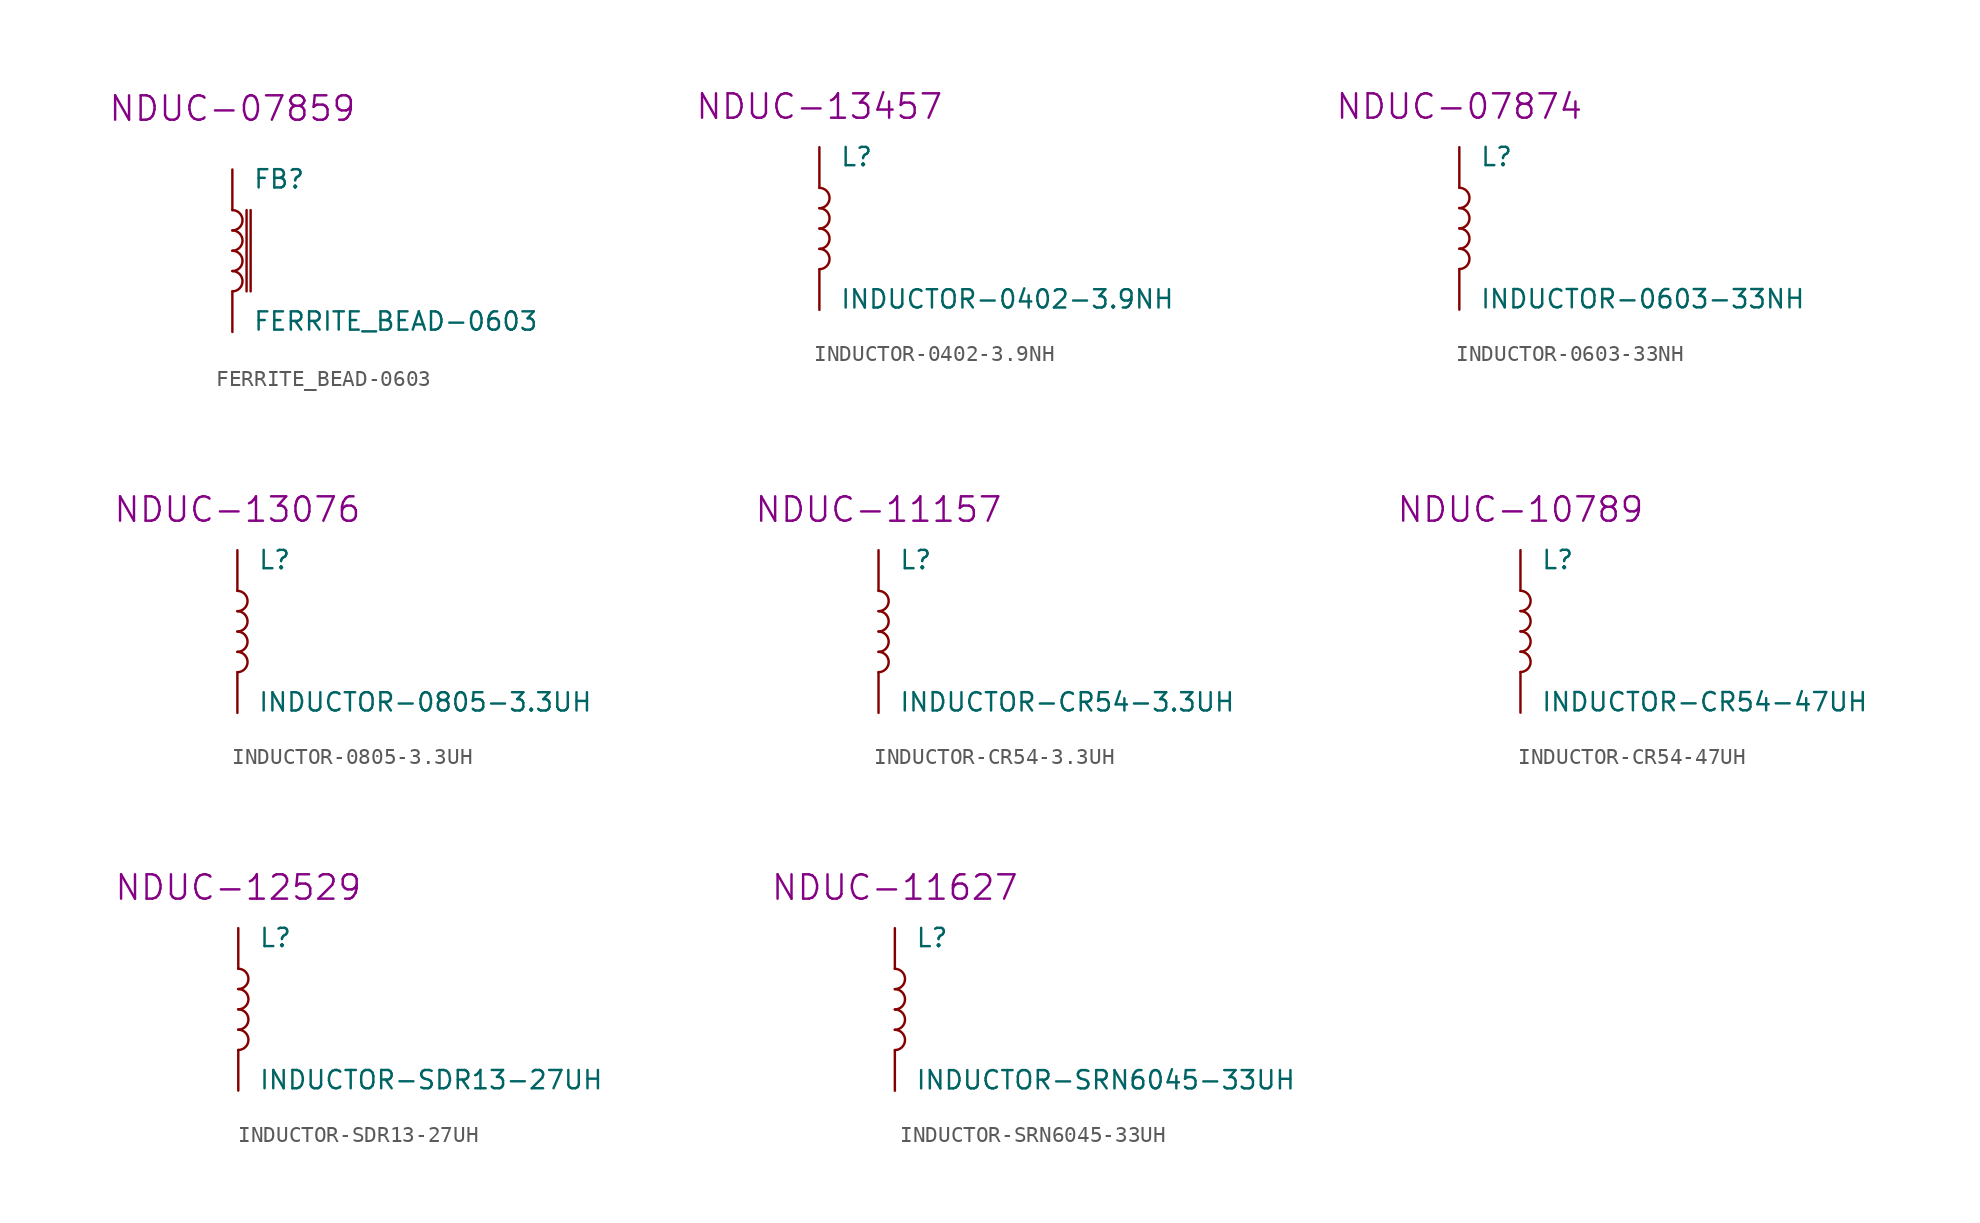
<source format=kicad_sym>
(kicad_symbol_lib
  (version 20201005)
  (generator kicad_symbol_editor)
  (symbol "FERRITE_BEAD-0603"
    (pin_numbers hide)
    (pin_names
      (offset 1.016) hide)
    (property "Reference" "FB"
      (at 1.27 3.81 0)
      (effects (font (size 1.143 1.143)) (justify left bottom)))
    (property "Value" "FERRITE_BEAD-0603"
      (at 1.27 -5.08 0)
      (effects (font (size 1.143 1.143)) (justify left bottom)))
    (property "Field4" "NDUC-07859"
      (at 0 8.89 0)
      (effects (font (size 1.524 1.524))))
    (property "ki_locked" ""
      (at 0 0 0)
      (effects (font (size 1.27 1.27))))
    (symbol "FERRITE_BEAD-0603_1_0"
      (polyline (pts (xy 0.889 2.54) (xy 0.889 -2.54)) (stroke (width 0)) (fill (type none)))
      (polyline (pts (xy 1.143 2.54) (xy 1.143 -2.54)) (stroke (width 0)) (fill (type none))))
    (symbol "FERRITE_BEAD-0603_1_1"
      (arc (start 0 -2.54) (end 0 -1.27) (radius (at 0 -1.905) (length 0.635) (angles -89.9 89.9)) (stroke (width 0)) (fill (type none)))
      (arc (start 0 -1.27) (end 0 0) (radius (at 0 -0.635) (length 0.635) (angles -89.9 89.9)) (stroke (width 0)) (fill (type none)))
      (arc (start 0 0) (end 0 1.27) (radius (at 0 0.635) (length 0.635) (angles -89.9 89.9)) (stroke (width 0)) (fill (type none)))
      (arc (start 0 1.27) (end 0 2.54) (radius (at 0 1.905) (length 0.635) (angles -89.9 89.9)) (stroke (width 0)) (fill (type none)))
      (pin passive line (at 0 5.08 270) (length 2.54) (name "1" (effects (font (size 1.016 1.016)))) (number "1" (effects (font (size 1.016 1.016)))))
      (pin passive line (at 0 -5.08 90) (length 2.54) (name "2" (effects (font (size 1.016 1.016)))) (number "2" (effects (font (size 1.016 1.016)))))))
  (symbol "INDUCTOR-0402-3.9NH"
    (pin_numbers hide)
    (pin_names
      (offset 1.016) hide)
    (property "Reference" "L"
      (at 1.27 3.81 0)
      (effects (font (size 1.143 1.143)) (justify left bottom)))
    (property "Value" "INDUCTOR-0402-3.9NH"
      (at 1.27 -5.08 0)
      (effects (font (size 1.143 1.143)) (justify left bottom)))
    (property "Field4" "NDUC-13457"
      (at 0 7.62 0)
      (effects (font (size 1.524 1.524))))
    (property "ki_locked" ""
      (at 0 0 0)
      (effects (font (size 1.27 1.27))))
    (symbol "INDUCTOR-0402-3.9NH_1_1"
      (arc (start 0 -2.54) (end 0 -1.27) (radius (at 0 -1.905) (length 0.635) (angles -89.9 89.9)) (stroke (width 0)) (fill (type none)))
      (arc (start 0 -1.27) (end 0 0) (radius (at 0 -0.635) (length 0.635) (angles -89.9 89.9)) (stroke (width 0)) (fill (type none)))
      (arc (start 0 0) (end 0 1.27) (radius (at 0 0.635) (length 0.635) (angles -89.9 89.9)) (stroke (width 0)) (fill (type none)))
      (arc (start 0 1.27) (end 0 2.54) (radius (at 0 1.905) (length 0.635) (angles -89.9 89.9)) (stroke (width 0)) (fill (type none)))
      (pin passive line (at 0 5.08 270) (length 2.54) (name "1" (effects (font (size 1.016 1.016)))) (number "1" (effects (font (size 1.016 1.016)))))
      (pin passive line (at 0 -5.08 90) (length 2.54) (name "2" (effects (font (size 1.016 1.016)))) (number "2" (effects (font (size 1.016 1.016)))))))
  (symbol "INDUCTOR-0603-33NH"
    (pin_numbers hide)
    (pin_names
      (offset 1.016) hide)
    (property "Reference" "L"
      (at 1.27 3.81 0)
      (effects (font (size 1.143 1.143)) (justify left bottom)))
    (property "Value" "INDUCTOR-0603-33NH"
      (at 1.27 -5.08 0)
      (effects (font (size 1.143 1.143)) (justify left bottom)))
    (property "Field4" "NDUC-07874"
      (at 0 7.62 0)
      (effects (font (size 1.524 1.524))))
    (property "ki_locked" ""
      (at 0 0 0)
      (effects (font (size 1.27 1.27))))
    (symbol "INDUCTOR-0603-33NH_1_1"
      (arc (start 0 -2.54) (end 0 -1.27) (radius (at 0 -1.905) (length 0.635) (angles -89.9 89.9)) (stroke (width 0)) (fill (type none)))
      (arc (start 0 -1.27) (end 0 0) (radius (at 0 -0.635) (length 0.635) (angles -89.9 89.9)) (stroke (width 0)) (fill (type none)))
      (arc (start 0 0) (end 0 1.27) (radius (at 0 0.635) (length 0.635) (angles -89.9 89.9)) (stroke (width 0)) (fill (type none)))
      (arc (start 0 1.27) (end 0 2.54) (radius (at 0 1.905) (length 0.635) (angles -89.9 89.9)) (stroke (width 0)) (fill (type none)))
      (pin passive line (at 0 5.08 270) (length 2.54) (name "1" (effects (font (size 1.016 1.016)))) (number "1" (effects (font (size 1.016 1.016)))))
      (pin passive line (at 0 -5.08 90) (length 2.54) (name "2" (effects (font (size 1.016 1.016)))) (number "2" (effects (font (size 1.016 1.016)))))))
  (symbol "INDUCTOR-0805-3.3UH"
    (pin_numbers hide)
    (pin_names
      (offset 1.016) hide)
    (property "Reference" "L"
      (at 1.27 3.81 0)
      (effects (font (size 1.143 1.143)) (justify left bottom)))
    (property "Value" "INDUCTOR-0805-3.3UH"
      (at 1.27 -5.08 0)
      (effects (font (size 1.143 1.143)) (justify left bottom)))
    (property "Field4" "NDUC-13076"
      (at 0 7.62 0)
      (effects (font (size 1.524 1.524))))
    (property "ki_locked" ""
      (at 0 0 0)
      (effects (font (size 1.27 1.27))))
    (symbol "INDUCTOR-0805-3.3UH_1_1"
      (arc (start 0 -2.54) (end 0 -1.27) (radius (at 0 -1.905) (length 0.635) (angles -89.9 89.9)) (stroke (width 0)) (fill (type none)))
      (arc (start 0 -1.27) (end 0 0) (radius (at 0 -0.635) (length 0.635) (angles -89.9 89.9)) (stroke (width 0)) (fill (type none)))
      (arc (start 0 0) (end 0 1.27) (radius (at 0 0.635) (length 0.635) (angles -89.9 89.9)) (stroke (width 0)) (fill (type none)))
      (arc (start 0 1.27) (end 0 2.54) (radius (at 0 1.905) (length 0.635) (angles -89.9 89.9)) (stroke (width 0)) (fill (type none)))
      (pin passive line (at 0 5.08 270) (length 2.54) (name "1" (effects (font (size 1.016 1.016)))) (number "1" (effects (font (size 1.016 1.016)))))
      (pin passive line (at 0 -5.08 90) (length 2.54) (name "2" (effects (font (size 1.016 1.016)))) (number "2" (effects (font (size 1.016 1.016)))))))
  (symbol "INDUCTOR-CR54-3.3UH"
    (pin_numbers hide)
    (pin_names
      (offset 1.016) hide)
    (property "Reference" "L"
      (at 1.27 3.81 0)
      (effects (font (size 1.143 1.143)) (justify left bottom)))
    (property "Value" "INDUCTOR-CR54-3.3UH"
      (at 1.27 -5.08 0)
      (effects (font (size 1.143 1.143)) (justify left bottom)))
    (property "Field4" "NDUC-11157"
      (at 0 7.62 0)
      (effects (font (size 1.524 1.524))))
    (property "ki_locked" ""
      (at 0 0 0)
      (effects (font (size 1.27 1.27))))
    (symbol "INDUCTOR-CR54-3.3UH_1_1"
      (arc (start 0 -2.54) (end 0 -1.27) (radius (at 0 -1.905) (length 0.635) (angles -89.9 89.9)) (stroke (width 0)) (fill (type none)))
      (arc (start 0 -1.27) (end 0 0) (radius (at 0 -0.635) (length 0.635) (angles -89.9 89.9)) (stroke (width 0)) (fill (type none)))
      (arc (start 0 0) (end 0 1.27) (radius (at 0 0.635) (length 0.635) (angles -89.9 89.9)) (stroke (width 0)) (fill (type none)))
      (arc (start 0 1.27) (end 0 2.54) (radius (at 0 1.905) (length 0.635) (angles -89.9 89.9)) (stroke (width 0)) (fill (type none)))
      (pin passive line (at 0 5.08 270) (length 2.54) (name "1" (effects (font (size 1.016 1.016)))) (number "P$1" (effects (font (size 1.016 1.016)))))
      (pin passive line (at 0 -5.08 90) (length 2.54) (name "2" (effects (font (size 1.016 1.016)))) (number "P$2" (effects (font (size 1.016 1.016)))))))
  (symbol "INDUCTOR-CR54-47UH"
    (pin_numbers hide)
    (pin_names
      (offset 1.016) hide)
    (property "Reference" "L"
      (at 1.27 3.81 0)
      (effects (font (size 1.143 1.143)) (justify left bottom)))
    (property "Value" "INDUCTOR-CR54-47UH"
      (at 1.27 -5.08 0)
      (effects (font (size 1.143 1.143)) (justify left bottom)))
    (property "Field4" "NDUC-10789"
      (at 0 7.62 0)
      (effects (font (size 1.524 1.524))))
    (property "ki_locked" ""
      (at 0 0 0)
      (effects (font (size 1.27 1.27))))
    (symbol "INDUCTOR-CR54-47UH_1_1"
      (arc (start 0 -2.54) (end 0 -1.27) (radius (at 0 -1.905) (length 0.635) (angles -89.9 89.9)) (stroke (width 0)) (fill (type none)))
      (arc (start 0 -1.27) (end 0 0) (radius (at 0 -0.635) (length 0.635) (angles -89.9 89.9)) (stroke (width 0)) (fill (type none)))
      (arc (start 0 0) (end 0 1.27) (radius (at 0 0.635) (length 0.635) (angles -89.9 89.9)) (stroke (width 0)) (fill (type none)))
      (arc (start 0 1.27) (end 0 2.54) (radius (at 0 1.905) (length 0.635) (angles -89.9 89.9)) (stroke (width 0)) (fill (type none)))
      (pin passive line (at 0 5.08 270) (length 2.54) (name "1" (effects (font (size 1.016 1.016)))) (number "P$1" (effects (font (size 1.016 1.016)))))
      (pin passive line (at 0 -5.08 90) (length 2.54) (name "2" (effects (font (size 1.016 1.016)))) (number "P$2" (effects (font (size 1.016 1.016)))))))
  (symbol "INDUCTOR-SDR13-27UH"
    (pin_numbers hide)
    (pin_names
      (offset 1.016) hide)
    (property "Reference" "L"
      (at 1.27 3.81 0)
      (effects (font (size 1.143 1.143)) (justify left bottom)))
    (property "Value" "INDUCTOR-SDR13-27UH"
      (at 1.27 -5.08 0)
      (effects (font (size 1.143 1.143)) (justify left bottom)))
    (property "Field4" "NDUC-12529"
      (at 0 7.62 0)
      (effects (font (size 1.524 1.524))))
    (property "ki_locked" ""
      (at 0 0 0)
      (effects (font (size 1.27 1.27))))
    (symbol "INDUCTOR-SDR13-27UH_1_1"
      (arc (start 0 -2.54) (end 0 -1.27) (radius (at 0 -1.905) (length 0.635) (angles -89.9 89.9)) (stroke (width 0)) (fill (type none)))
      (arc (start 0 -1.27) (end 0 0) (radius (at 0 -0.635) (length 0.635) (angles -89.9 89.9)) (stroke (width 0)) (fill (type none)))
      (arc (start 0 0) (end 0 1.27) (radius (at 0 0.635) (length 0.635) (angles -89.9 89.9)) (stroke (width 0)) (fill (type none)))
      (arc (start 0 1.27) (end 0 2.54) (radius (at 0 1.905) (length 0.635) (angles -89.9 89.9)) (stroke (width 0)) (fill (type none)))
      (pin passive line (at 0 5.08 270) (length 2.54) (name "1" (effects (font (size 1.016 1.016)))) (number "P$1" (effects (font (size 1.016 1.016)))))
      (pin passive line (at 0 -5.08 90) (length 2.54) (name "2" (effects (font (size 1.016 1.016)))) (number "P$2" (effects (font (size 1.016 1.016)))))))
  (symbol "INDUCTOR-SRN6045-33UH"
    (pin_numbers hide)
    (pin_names
      (offset 1.016) hide)
    (property "Reference" "L"
      (at 1.27 3.81 0)
      (effects (font (size 1.143 1.143)) (justify left bottom)))
    (property "Value" "INDUCTOR-SRN6045-33UH"
      (at 1.27 -5.08 0)
      (effects (font (size 1.143 1.143)) (justify left bottom)))
    (property "Field4" "NDUC-11627"
      (at 0 7.62 0)
      (effects (font (size 1.524 1.524))))
    (property "ki_locked" ""
      (at 0 0 0)
      (effects (font (size 1.27 1.27))))
    (symbol "INDUCTOR-SRN6045-33UH_1_1"
      (arc (start 0 -2.54) (end 0 -1.27) (radius (at 0 -1.905) (length 0.635) (angles -89.9 89.9)) (stroke (width 0)) (fill (type none)))
      (arc (start 0 -1.27) (end 0 0) (radius (at 0 -0.635) (length 0.635) (angles -89.9 89.9)) (stroke (width 0)) (fill (type none)))
      (arc (start 0 0) (end 0 1.27) (radius (at 0 0.635) (length 0.635) (angles -89.9 89.9)) (stroke (width 0)) (fill (type none)))
      (arc (start 0 1.27) (end 0 2.54) (radius (at 0 1.905) (length 0.635) (angles -89.9 89.9)) (stroke (width 0)) (fill (type none)))
      (pin passive line (at 0 5.08 270) (length 2.54) (name "1" (effects (font (size 1.016 1.016)))) (number "1" (effects (font (size 1.016 1.016)))))
      (pin passive line (at 0 -5.08 90) (length 2.54) (name "2" (effects (font (size 1.016 1.016)))) (number "2" (effects (font (size 1.016 1.016))))))))
</source>
